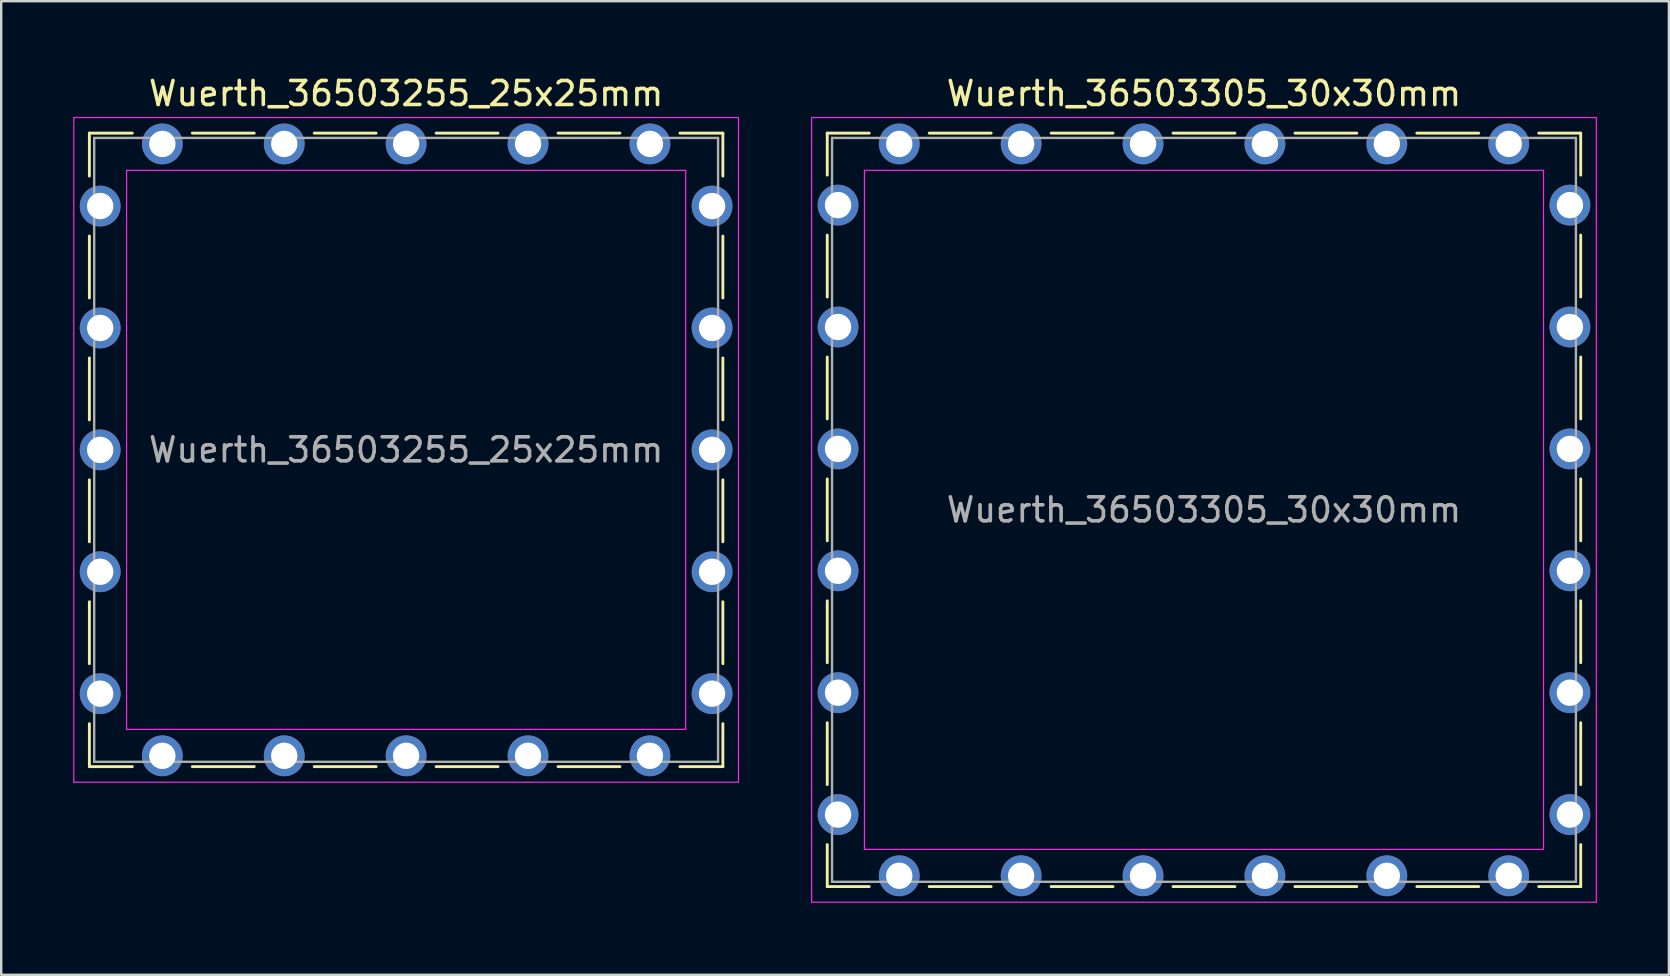
<source format=kicad_pcb>
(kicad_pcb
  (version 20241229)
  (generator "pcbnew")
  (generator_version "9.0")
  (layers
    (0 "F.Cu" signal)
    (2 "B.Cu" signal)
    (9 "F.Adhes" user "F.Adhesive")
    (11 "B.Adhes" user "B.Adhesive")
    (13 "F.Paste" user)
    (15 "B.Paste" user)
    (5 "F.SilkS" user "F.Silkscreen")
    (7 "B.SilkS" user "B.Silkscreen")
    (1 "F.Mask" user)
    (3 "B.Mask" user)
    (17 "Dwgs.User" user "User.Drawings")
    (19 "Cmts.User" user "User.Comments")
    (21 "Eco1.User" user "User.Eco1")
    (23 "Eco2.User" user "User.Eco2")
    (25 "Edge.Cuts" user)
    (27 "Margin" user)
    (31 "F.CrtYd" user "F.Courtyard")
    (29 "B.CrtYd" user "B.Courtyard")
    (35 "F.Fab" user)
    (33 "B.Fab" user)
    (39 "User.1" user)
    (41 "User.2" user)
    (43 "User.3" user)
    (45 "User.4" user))
  (footprint "Wuerth_36503305_30x30mm"
    (layer "F.Cu")
    (at 47.125 18.198)
    (property "Reference" "Wuerth_36503305_30x30mm" (at 0 -17.35 0) (layer "F.SilkS") (effects (font (size 1 1) (thickness 0.15))))
    (attr through_hole)
    (fp_line (start -15.7 -15.7) (end -13.95 -15.7) (stroke (width 0.12) (type solid)) (layer "F.SilkS"))
    (fp_line (start -15.7 -13.95) (end -15.7 -15.7) (stroke (width 0.12) (type solid)) (layer "F.SilkS"))
    (fp_line (start -15.7 -8.87) (end -15.7 -11.45) (stroke (width 0.12) (type solid)) (layer "F.SilkS"))
    (fp_line (start -15.7 -3.79) (end -15.7 -6.37) (stroke (width 0.12) (type solid)) (layer "F.SilkS"))
    (fp_line (start -15.7 -1.29) (end -15.7 1.29) (stroke (width 0.12) (type solid)) (layer "F.SilkS"))
    (fp_line (start -15.7 3.79) (end -15.7 6.37) (stroke (width 0.12) (type solid)) (layer "F.SilkS"))
    (fp_line (start -15.7 8.87) (end -15.7 11.45) (stroke (width 0.12) (type solid)) (layer "F.SilkS"))
    (fp_line (start -15.7 13.95) (end -15.7 15.7) (stroke (width 0.12) (type solid)) (layer "F.SilkS"))
    (fp_line (start -15.7 15.7) (end -13.95 15.7) (stroke (width 0.12) (type solid)) (layer "F.SilkS"))
    (fp_line (start -8.87 -15.7) (end -11.45 -15.7) (stroke (width 0.12) (type solid)) (layer "F.SilkS"))
    (fp_line (start -8.87 15.7) (end -11.45 15.7) (stroke (width 0.12) (type solid)) (layer "F.SilkS"))
    (fp_line (start -3.79 -15.7) (end -6.37 -15.7) (stroke (width 0.12) (type solid)) (layer "F.SilkS"))
    (fp_line (start -3.79 15.7) (end -6.37 15.7) (stroke (width 0.12) (type solid)) (layer "F.SilkS"))
    (fp_line (start 1.29 -15.7) (end -1.29 -15.7) (stroke (width 0.12) (type solid)) (layer "F.SilkS"))
    (fp_line (start 1.29 15.7) (end -1.29 15.7) (stroke (width 0.12) (type solid)) (layer "F.SilkS"))
    (fp_line (start 3.79 -15.7) (end 6.37 -15.7) (stroke (width 0.12) (type solid)) (layer "F.SilkS"))
    (fp_line (start 3.79 15.7) (end 6.37 15.7) (stroke (width 0.12) (type solid)) (layer "F.SilkS"))
    (fp_line (start 8.87 -15.7) (end 11.45 -15.7) (stroke (width 0.12) (type solid)) (layer "F.SilkS"))
    (fp_line (start 8.87 15.7) (end 11.45 15.7) (stroke (width 0.12) (type solid)) (layer "F.SilkS"))
    (fp_line (start 15.7 -15.7) (end 13.95 -15.7) (stroke (width 0.12) (type solid)) (layer "F.SilkS"))
    (fp_line (start 15.7 -13.95) (end 15.7 -15.7) (stroke (width 0.12) (type solid)) (layer "F.SilkS"))
    (fp_line (start 15.7 -8.87) (end 15.7 -11.45) (stroke (width 0.12) (type solid)) (layer "F.SilkS"))
    (fp_line (start 15.7 -3.79) (end 15.7 -6.37) (stroke (width 0.12) (type solid)) (layer "F.SilkS"))
    (fp_line (start 15.7 1.29) (end 15.7 -1.29) (stroke (width 0.12) (type solid)) (layer "F.SilkS"))
    (fp_line (start 15.7 3.79) (end 15.7 6.37) (stroke (width 0.12) (type solid)) (layer "F.SilkS"))
    (fp_line (start 15.7 8.87) (end 15.7 11.45) (stroke (width 0.12) (type solid)) (layer "F.SilkS"))
    (fp_line (start 15.7 13.95) (end 15.7 15.7) (stroke (width 0.12) (type solid)) (layer "F.SilkS"))
    (fp_line (start 15.7 15.7) (end 13.95 15.7) (stroke (width 0.12) (type solid)) (layer "F.SilkS"))
    (fp_line (start -16.35 -16.35) (end -16.35 16.35) (stroke (width 0.05) (type solid)) (layer "F.CrtYd"))
    (fp_line (start -16.35 16.35) (end 16.35 16.35) (stroke (width 0.05) (type solid)) (layer "F.CrtYd"))
    (fp_line (start -14.15 -14.15) (end -14.15 14.15) (stroke (width 0.05) (type solid)) (layer "F.CrtYd"))
    (fp_line (start -14.15 14.15) (end 14.15 14.15) (stroke (width 0.05) (type solid)) (layer "F.CrtYd"))
    (fp_line (start 14.15 -14.15) (end -14.15 -14.15) (stroke (width 0.05) (type solid)) (layer "F.CrtYd"))
    (fp_line (start 14.15 14.15) (end 14.15 -14.15) (stroke (width 0.05) (type solid)) (layer "F.CrtYd"))
    (fp_line (start 16.35 -16.35) (end -16.35 -16.35) (stroke (width 0.05) (type solid)) (layer "F.CrtYd"))
    (fp_line (start 16.35 16.35) (end 16.35 -16.35) (stroke (width 0.05) (type solid)) (layer "F.CrtYd"))
    (fp_line (start -15.5 -15.5) (end -15.5 15.5) (stroke (width 0.1) (type solid)) (layer "F.Fab"))
    (fp_line (start -15.5 15.5) (end 15.5 15.5) (stroke (width 0.1) (type solid)) (layer "F.Fab"))
    (fp_line (start 15.5 -15.5) (end -15.5 -15.5) (stroke (width 0.1) (type solid)) (layer "F.Fab"))
    (fp_line (start 15.5 15.5) (end 15.5 -15.5) (stroke (width 0.1) (type solid)) (layer "F.Fab"))
    (fp_text user "${REFERENCE}" (at 0 0 0) (layer "F.Fab") (effects (font (size 1 1) (thickness 0.15))))
    (pad "1" thru_hole circle (at -15.25 -12.7) (size 1.7 1.7) (drill 1.1) (layers "*.Cu" "*.Mask"))
    (pad "1" thru_hole circle (at -15.25 -7.62) (size 1.7 1.7) (drill 1.1) (layers "*.Cu" "*.Mask"))
    (pad "1" thru_hole circle (at -15.25 -2.54) (size 1.7 1.7) (drill 1.1) (layers "*.Cu" "*.Mask"))
    (pad "1" thru_hole circle (at -15.25 2.54) (size 1.7 1.7) (drill 1.1) (layers "*.Cu" "*.Mask"))
    (pad "1" thru_hole circle (at -15.25 7.62) (size 1.7 1.7) (drill 1.1) (layers "*.Cu" "*.Mask"))
    (pad "1" thru_hole circle (at -15.25 12.7) (size 1.7 1.7) (drill 1.1) (layers "*.Cu" "*.Mask"))
    (pad "1" thru_hole circle (at -12.7 -15.25) (size 1.7 1.7) (drill 1.1) (layers "*.Cu" "*.Mask"))
    (pad "1" thru_hole circle (at -12.7 15.25) (size 1.7 1.7) (drill 1.1) (layers "*.Cu" "*.Mask"))
    (pad "1" thru_hole circle (at -7.62 -15.25) (size 1.7 1.7) (drill 1.1) (layers "*.Cu" "*.Mask"))
    (pad "1" thru_hole circle (at -7.62 15.25) (size 1.7 1.7) (drill 1.1) (layers "*.Cu" "*.Mask"))
    (pad "1" thru_hole circle (at -2.54 -15.25) (size 1.7 1.7) (drill 1.1) (layers "*.Cu" "*.Mask"))
    (pad "1" thru_hole circle (at -2.54 15.25) (size 1.7 1.7) (drill 1.1) (layers "*.Cu" "*.Mask"))
    (pad "1" thru_hole circle (at 2.54 -15.25) (size 1.7 1.7) (drill 1.1) (layers "*.Cu" "*.Mask"))
    (pad "1" thru_hole circle (at 2.54 15.25) (size 1.7 1.7) (drill 1.1) (layers "*.Cu" "*.Mask"))
    (pad "1" thru_hole circle (at 7.62 -15.25) (size 1.7 1.7) (drill 1.1) (layers "*.Cu" "*.Mask"))
    (pad "1" thru_hole circle (at 7.62 15.25) (size 1.7 1.7) (drill 1.1) (layers "*.Cu" "*.Mask"))
    (pad "1" thru_hole circle (at 12.7 -15.25) (size 1.7 1.7) (drill 1.1) (layers "*.Cu" "*.Mask"))
    (pad "1" thru_hole circle (at 12.7 15.25) (size 1.7 1.7) (drill 1.1) (layers "*.Cu" "*.Mask"))
    (pad "1" thru_hole circle (at 15.25 -12.7) (size 1.7 1.7) (drill 1.1) (layers "*.Cu" "*.Mask"))
    (pad "1" thru_hole circle (at 15.25 -7.62) (size 1.7 1.7) (drill 1.1) (layers "*.Cu" "*.Mask"))
    (pad "1" thru_hole circle (at 15.25 -2.54) (size 1.7 1.7) (drill 1.1) (layers "*.Cu" "*.Mask"))
    (pad "1" thru_hole circle (at 15.25 2.54) (size 1.7 1.7) (drill 1.1) (layers "*.Cu" "*.Mask"))
    (pad "1" thru_hole circle (at 15.25 7.62) (size 1.7 1.7) (drill 1.1) (layers "*.Cu" "*.Mask"))
    (pad "1" thru_hole circle (at 15.25 12.7) (size 1.7 1.7) (drill 1.1) (layers "*.Cu" "*.Mask")))
  (footprint "Wuerth_36503255_25x25mm"
    (layer "F.Cu")
    (at 13.875 15.698)
    (property "Reference" "Wuerth_36503255_25x25mm" (at 0 -14.85 0) (layer "F.SilkS") (effects (font (size 1 1) (thickness 0.15))))
    (attr through_hole)
    (fp_line (start -13.2 -13.2) (end -11.41 -13.2) (stroke (width 0.12) (type solid)) (layer "F.SilkS"))
    (fp_line (start -13.2 -11.41) (end -13.2 -13.2) (stroke (width 0.12) (type solid)) (layer "F.SilkS"))
    (fp_line (start -13.2 -6.33) (end -13.2 -8.91) (stroke (width 0.12) (type solid)) (layer "F.SilkS"))
    (fp_line (start -13.2 -1.25) (end -13.2 -3.83) (stroke (width 0.12) (type solid)) (layer "F.SilkS"))
    (fp_line (start -13.2 1.25) (end -13.2 3.83) (stroke (width 0.12) (type solid)) (layer "F.SilkS"))
    (fp_line (start -13.2 6.33) (end -13.2 8.91) (stroke (width 0.12) (type solid)) (layer "F.SilkS"))
    (fp_line (start -13.2 11.41) (end -13.2 13.2) (stroke (width 0.12) (type solid)) (layer "F.SilkS"))
    (fp_line (start -13.2 13.2) (end -11.41 13.2) (stroke (width 0.12) (type solid)) (layer "F.SilkS"))
    (fp_line (start -6.33 -13.2) (end -8.91 -13.2) (stroke (width 0.12) (type solid)) (layer "F.SilkS"))
    (fp_line (start -6.33 13.2) (end -8.91 13.2) (stroke (width 0.12) (type solid)) (layer "F.SilkS"))
    (fp_line (start -1.25 -13.2) (end -3.83 -13.2) (stroke (width 0.12) (type solid)) (layer "F.SilkS"))
    (fp_line (start -1.25 13.2) (end -3.83 13.2) (stroke (width 0.12) (type solid)) (layer "F.SilkS"))
    (fp_line (start 1.25 -13.2) (end 3.83 -13.2) (stroke (width 0.12) (type solid)) (layer "F.SilkS"))
    (fp_line (start 1.25 13.2) (end 3.83 13.2) (stroke (width 0.12) (type solid)) (layer "F.SilkS"))
    (fp_line (start 6.33 -13.2) (end 8.91 -13.2) (stroke (width 0.12) (type solid)) (layer "F.SilkS"))
    (fp_line (start 6.33 13.2) (end 8.91 13.2) (stroke (width 0.12) (type solid)) (layer "F.SilkS"))
    (fp_line (start 13.2 -13.2) (end 11.41 -13.2) (stroke (width 0.12) (type solid)) (layer "F.SilkS"))
    (fp_line (start 13.2 -11.41) (end 13.2 -13.2) (stroke (width 0.12) (type solid)) (layer "F.SilkS"))
    (fp_line (start 13.2 -6.33) (end 13.2 -8.91) (stroke (width 0.12) (type solid)) (layer "F.SilkS"))
    (fp_line (start 13.2 -1.25) (end 13.2 -3.83) (stroke (width 0.12) (type solid)) (layer "F.SilkS"))
    (fp_line (start 13.2 1.25) (end 13.2 3.83) (stroke (width 0.12) (type solid)) (layer "F.SilkS"))
    (fp_line (start 13.2 6.33) (end 13.2 8.91) (stroke (width 0.12) (type solid)) (layer "F.SilkS"))
    (fp_line (start 13.2 11.41) (end 13.2 13.2) (stroke (width 0.12) (type solid)) (layer "F.SilkS"))
    (fp_line (start 13.2 13.2) (end 11.41 13.2) (stroke (width 0.12) (type solid)) (layer "F.SilkS"))
    (fp_line (start -13.85 -13.85) (end -13.85 13.85) (stroke (width 0.05) (type solid)) (layer "F.CrtYd"))
    (fp_line (start -13.85 13.85) (end 13.85 13.85) (stroke (width 0.05) (type solid)) (layer "F.CrtYd"))
    (fp_line (start -11.65 -11.65) (end -11.65 11.65) (stroke (width 0.05) (type solid)) (layer "F.CrtYd"))
    (fp_line (start -11.65 11.65) (end 11.65 11.65) (stroke (width 0.05) (type solid)) (layer "F.CrtYd"))
    (fp_line (start 11.65 -11.65) (end -11.65 -11.65) (stroke (width 0.05) (type solid)) (layer "F.CrtYd"))
    (fp_line (start 11.65 11.65) (end 11.65 -11.65) (stroke (width 0.05) (type solid)) (layer "F.CrtYd"))
    (fp_line (start 13.85 -13.85) (end -13.85 -13.85) (stroke (width 0.05) (type solid)) (layer "F.CrtYd"))
    (fp_line (start 13.85 13.85) (end 13.85 -13.85) (stroke (width 0.05) (type solid)) (layer "F.CrtYd"))
    (fp_line (start -13 -13) (end -13 13) (stroke (width 0.1) (type solid)) (layer "F.Fab"))
    (fp_line (start -13 13) (end 13 13) (stroke (width 0.1) (type solid)) (layer "F.Fab"))
    (fp_line (start 13 -13) (end -13 -13) (stroke (width 0.1) (type solid)) (layer "F.Fab"))
    (fp_line (start 13 13) (end 13 -13) (stroke (width 0.1) (type solid)) (layer "F.Fab"))
    (fp_text user "${REFERENCE}" (at 0 0 0) (layer "F.Fab") (effects (font (size 1 1) (thickness 0.15))))
    (pad "1" thru_hole circle (at -12.75 -10.16) (size 1.7 1.7) (drill 1.1) (layers "*.Cu" "*.Mask"))
    (pad "1" thru_hole circle (at -12.75 -5.08) (size 1.7 1.7) (drill 1.1) (layers "*.Cu" "*.Mask"))
    (pad "1" thru_hole circle (at -12.75 0) (size 1.7 1.7) (drill 1.1) (layers "*.Cu" "*.Mask"))
    (pad "1" thru_hole circle (at -12.75 5.08) (size 1.7 1.7) (drill 1.1) (layers "*.Cu" "*.Mask"))
    (pad "1" thru_hole circle (at -12.75 10.16) (size 1.7 1.7) (drill 1.1) (layers "*.Cu" "*.Mask"))
    (pad "1" thru_hole circle (at -10.16 -12.75) (size 1.7 1.7) (drill 1.1) (layers "*.Cu" "*.Mask"))
    (pad "1" thru_hole circle (at -10.16 12.75) (size 1.7 1.7) (drill 1.1) (layers "*.Cu" "*.Mask"))
    (pad "1" thru_hole circle (at -5.08 -12.75) (size 1.7 1.7) (drill 1.1) (layers "*.Cu" "*.Mask"))
    (pad "1" thru_hole circle (at -5.08 12.75) (size 1.7 1.7) (drill 1.1) (layers "*.Cu" "*.Mask"))
    (pad "1" thru_hole circle (at 0 -12.75) (size 1.7 1.7) (drill 1.1) (layers "*.Cu" "*.Mask"))
    (pad "1" thru_hole circle (at 0 12.75) (size 1.7 1.7) (drill 1.1) (layers "*.Cu" "*.Mask"))
    (pad "1" thru_hole circle (at 5.08 -12.75) (size 1.7 1.7) (drill 1.1) (layers "*.Cu" "*.Mask"))
    (pad "1" thru_hole circle (at 5.08 12.75) (size 1.7 1.7) (drill 1.1) (layers "*.Cu" "*.Mask"))
    (pad "1" thru_hole circle (at 10.16 -12.75) (size 1.7 1.7) (drill 1.1) (layers "*.Cu" "*.Mask"))
    (pad "1" thru_hole circle (at 10.16 12.75) (size 1.7 1.7) (drill 1.1) (layers "*.Cu" "*.Mask"))
    (pad "1" thru_hole circle (at 12.75 -10.16) (size 1.7 1.7) (drill 1.1) (layers "*.Cu" "*.Mask"))
    (pad "1" thru_hole circle (at 12.75 -5.08) (size 1.7 1.7) (drill 1.1) (layers "*.Cu" "*.Mask"))
    (pad "1" thru_hole circle (at 12.75 0) (size 1.7 1.7) (drill 1.1) (layers "*.Cu" "*.Mask"))
    (pad "1" thru_hole circle (at 12.75 5.08) (size 1.7 1.7) (drill 1.1) (layers "*.Cu" "*.Mask"))
    (pad "1" thru_hole circle (at 12.75 10.16) (size 1.7 1.7) (drill 1.1) (layers "*.Cu" "*.Mask")))
  (gr_rect
    (start -3 -3)
    (end 66.5 37.573)
    (stroke (width 0.1) (type default))
    (fill no)
    (layer "Edge.Cuts")))
</source>
